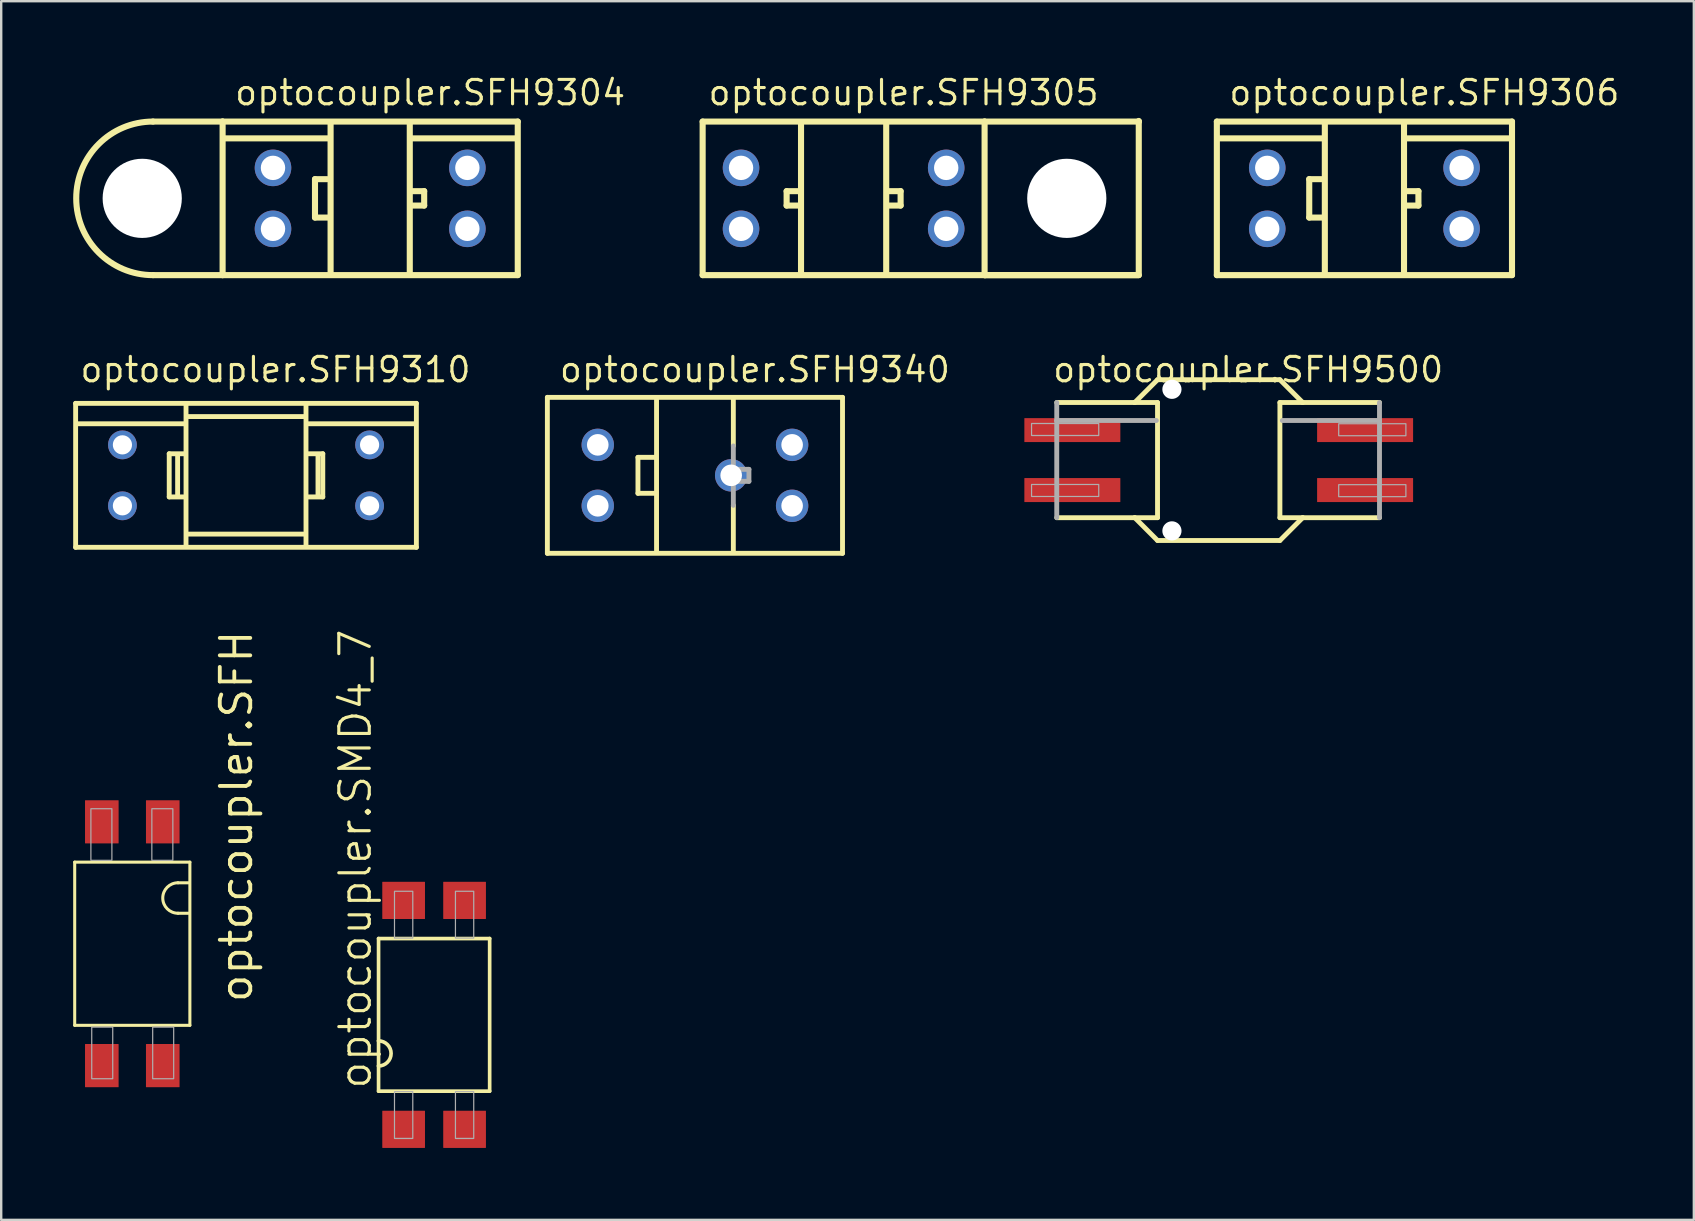
<source format=kicad_pcb>
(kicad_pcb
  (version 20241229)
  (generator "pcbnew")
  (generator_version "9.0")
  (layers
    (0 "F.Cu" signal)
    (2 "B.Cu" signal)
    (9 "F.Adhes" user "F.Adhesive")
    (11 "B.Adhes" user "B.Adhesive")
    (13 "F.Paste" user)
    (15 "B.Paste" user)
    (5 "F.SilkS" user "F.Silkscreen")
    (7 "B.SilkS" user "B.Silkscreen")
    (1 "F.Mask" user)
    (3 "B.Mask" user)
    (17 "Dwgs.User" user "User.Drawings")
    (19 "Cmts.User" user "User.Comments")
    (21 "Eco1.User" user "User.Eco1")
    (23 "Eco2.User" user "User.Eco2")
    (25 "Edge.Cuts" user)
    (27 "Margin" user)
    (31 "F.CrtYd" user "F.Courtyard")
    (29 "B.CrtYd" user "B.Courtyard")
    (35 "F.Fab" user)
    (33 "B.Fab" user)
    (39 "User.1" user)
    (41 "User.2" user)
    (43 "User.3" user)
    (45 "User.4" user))
  (footprint "optocoupler.SFH9310"
    (layer "F.Cu")
    (at 7.202 16.759)
    (property "Reference" "optocoupler.SFH9310" (at -6.985 -3.81 0) (layer "F.SilkS") (effects (font (size 1.016 1.016) (thickness 0.13)) (justify left bottom)))
    (attr through_hole)
    (fp_line (start -7.1 -3) (end 7.1 -3) (stroke (width 0.203) (type default)) (layer "F.SilkS"))
    (fp_line (start -7.1 3) (end -7.1 -3) (stroke (width 0.203) (type default)) (layer "F.SilkS"))
    (fp_line (start -7.05 -2.15) (end -2.55 -2.15) (stroke (width 0.203) (type default)) (layer "F.SilkS"))
    (fp_line (start -3.2 -0.9) (end -3.2 0.9) (stroke (width 0.203) (type default)) (layer "F.SilkS"))
    (fp_line (start -3.2 0.9) (end -2.6 0.9) (stroke (width 0.203) (type default)) (layer "F.SilkS"))
    (fp_line (start -2.85 -0.8) (end -2.85 0.8) (stroke (width 0.203) (type default)) (layer "F.SilkS"))
    (fp_line (start -2.6 -0.9) (end -3.2 -0.9) (stroke (width 0.203) (type default)) (layer "F.SilkS"))
    (fp_line (start -2.5 -2.95) (end -2.5 2.9) (stroke (width 0.203) (type default)) (layer "F.SilkS"))
    (fp_line (start -2.4 -2.45) (end 2.4 -2.45) (stroke (width 0.203) (type default)) (layer "F.SilkS"))
    (fp_line (start 2.4 2.45) (end -2.4 2.45) (stroke (width 0.203) (type default)) (layer "F.SilkS"))
    (fp_line (start 2.5 2.9) (end 2.5 -2.95) (stroke (width 0.203) (type default)) (layer "F.SilkS"))
    (fp_line (start 2.55 -2.15) (end 7 -2.15) (stroke (width 0.203) (type default)) (layer "F.SilkS"))
    (fp_line (start 2.6 0.9) (end 3.2 0.9) (stroke (width 0.203) (type default)) (layer "F.SilkS"))
    (fp_line (start 3 0.8) (end 3 -0.8) (stroke (width 0.203) (type default)) (layer "F.SilkS"))
    (fp_line (start 3.2 -0.9) (end 2.6 -0.9) (stroke (width 0.203) (type default)) (layer "F.SilkS"))
    (fp_line (start 3.2 0.9) (end 3.2 -0.9) (stroke (width 0.203) (type default)) (layer "F.SilkS"))
    (fp_line (start 7.1 -3) (end 7.1 3) (stroke (width 0.203) (type default)) (layer "F.SilkS"))
    (fp_line (start 7.1 3) (end -7.1 3) (stroke (width 0.203) (type default)) (layer "F.SilkS"))
    (pad "1" thru_hole circle (at -5.15 -1.27) (size 1.2 1.2) (drill 0.8) (layers "*.Cu" "*.Mask"))
    (pad "2" thru_hole circle (at -5.15 1.27) (size 1.2 1.2) (drill 0.8) (layers "*.Cu" "*.Mask"))
    (pad "3" thru_hole circle (at 5.15 -1.27) (size 1.2 1.2) (drill 0.8) (layers "*.Cu" "*.Mask"))
    (pad "4" thru_hole circle (at 5.15 1.27) (size 1.2 1.2) (drill 0.8) (layers "*.Cu" "*.Mask")))
  (footprint "optocoupler.SFH9306"
    (layer "F.Cu")
    (at 53.811 5.216)
    (property "Reference" "optocoupler.SFH9306" (at -5.715 -3.81 0) (layer "F.SilkS") (effects (font (size 1.016 1.016) (thickness 0.13)) (justify left bottom)))
    (attr through_hole)
    (fp_line (start -6.15 -3.2) (end -6.15 3.2) (stroke (width 0.254) (type default)) (layer "F.SilkS"))
    (fp_line (start -6.15 3.2) (end 6.15 3.2) (stroke (width 0.254) (type default)) (layer "F.SilkS"))
    (fp_line (start -6.05 -2.5) (end -1.75 -2.5) (stroke (width 0.254) (type default)) (layer "F.SilkS"))
    (fp_line (start -2.3 -0.8) (end -2.3 0.8) (stroke (width 0.254) (type default)) (layer "F.SilkS"))
    (fp_line (start -2.3 0.8) (end -1.75 0.8) (stroke (width 0.254) (type default)) (layer "F.SilkS"))
    (fp_line (start -1.8 -0.8) (end -2.3 -0.8) (stroke (width 0.254) (type default)) (layer "F.SilkS"))
    (fp_line (start -1.65 -3.1) (end -1.65 3.1) (stroke (width 0.254) (type default)) (layer "F.SilkS"))
    (fp_line (start 1.65 3.1) (end 1.65 -3.1) (stroke (width 0.254) (type default)) (layer "F.SilkS"))
    (fp_line (start 1.75 -2.5) (end 6.05 -2.5) (stroke (width 0.254) (type default)) (layer "F.SilkS"))
    (fp_line (start 1.75 -0.3) (end 2.25 -0.3) (stroke (width 0.254) (type default)) (layer "F.SilkS"))
    (fp_line (start 2.25 -0.3) (end 2.25 0.3) (stroke (width 0.254) (type default)) (layer "F.SilkS"))
    (fp_line (start 2.25 0.3) (end 1.75 0.3) (stroke (width 0.254) (type default)) (layer "F.SilkS"))
    (fp_line (start 6.15 -3.2) (end -6.15 -3.2) (stroke (width 0.254) (type default)) (layer "F.SilkS"))
    (fp_line (start 6.15 3.2) (end 6.15 -3.2) (stroke (width 0.254) (type default)) (layer "F.SilkS"))
    (pad "1" thru_hole circle (at -4.05 1.27) (size 1.524 1.524) (drill 1.016) (layers "*.Cu" "*.Mask"))
    (pad "2" thru_hole circle (at -4.05 -1.27) (size 1.524 1.524) (drill 1.016) (layers "*.Cu" "*.Mask"))
    (pad "3" thru_hole circle (at 4.05 -1.27) (size 1.524 1.524) (drill 1.016) (layers "*.Cu" "*.Mask"))
    (pad "4" thru_hole circle (at 4.05 1.27) (size 1.524 1.524) (drill 1.016) (layers "*.Cu" "*.Mask")))
  (footprint "optocoupler.SFH"
    (layer "F.Cu")
    (at 2.463 36.279)
    (property "Reference" "optocoupler.SFH" (at 5.08 2.54 90) (layer "F.SilkS") (effects (font (size 1.27 1.27) (thickness 0.16)) (justify left bottom)))
    (attr smd)
    (fp_line (start -2.4 -3.4) (end -2.4 3.4) (stroke (width 0.127) (type default)) (layer "F.SilkS"))
    (fp_line (start -2.4 3.4) (end 2.4 3.4) (stroke (width 0.127) (type default)) (layer "F.SilkS"))
    (fp_line (start 1.905 -2.54) (end 2.34 -2.54) (stroke (width 0.127) (type default)) (layer "F.SilkS"))
    (fp_line (start 1.905 -1.27) (end 2.34 -1.27) (stroke (width 0.127) (type default)) (layer "F.SilkS"))
    (fp_line (start 2.4 -3.4) (end -2.4 -3.4) (stroke (width 0.127) (type default)) (layer "F.SilkS"))
    (fp_line (start 2.4 3.4) (end 2.4 -3.4) (stroke (width 0.127) (type default)) (layer "F.SilkS"))
    (fp_arc (start 1.905 -1.27) (mid 1.27 -1.905) (end 1.905 -2.54) (stroke (width 0.127) (type default)) (layer "F.SilkS"))
    (fp_rect (start -1.725 -3.475) (end -0.85 -5.625) (stroke (width 0.05) (type default)) (fill no) (layer "F.Fab"))
    (fp_rect (start -1.69 5.625) (end -0.815 3.475) (stroke (width 0.05) (type default)) (fill no) (layer "F.Fab"))
    (fp_rect (start 0.815 -3.475) (end 1.69 -5.625) (stroke (width 0.05) (type default)) (fill no) (layer "F.Fab"))
    (fp_rect (start 0.85 5.625) (end 1.725 3.475) (stroke (width 0.05) (type default)) (fill no) (layer "F.Fab"))
    (pad "1" smd roundrect (at 1.27 -5.08) (size 1.4 1.8) (layers "F.Cu" "F.Mask" "F.Paste") (roundrect_rratio 0.01))
    (pad "2" smd roundrect (at -1.27 -5.08) (size 1.4 1.8) (layers "F.Cu" "F.Mask" "F.Paste") (roundrect_rratio 0.01))
    (pad "3" smd roundrect (at -1.27 5.08) (size 1.4 1.8) (layers "F.Cu" "F.Mask" "F.Paste") (roundrect_rratio 0.01))
    (pad "4" smd roundrect (at 1.27 5.08) (size 1.4 1.8) (layers "F.Cu" "F.Mask" "F.Paste") (roundrect_rratio 0.01)))
  (footprint "optocoupler.SFH9500"
    (layer "F.Cu")
    (at 47.739 16.124)
    (property "Reference" "optocoupler.SFH9500" (at -6.985 -3.175 0) (layer "F.SilkS") (effects (font (size 1.016 1.016) (thickness 0.13)) (justify left bottom)))
    (attr smd)
    (fp_line (start -6.75 -2.4) (end -3.5 -2.4) (stroke (width 0.203) (type default)) (layer "F.SilkS"))
    (fp_line (start -3.5 2.4) (end -6.75 2.4) (stroke (width 0.203) (type default)) (layer "F.SilkS"))
    (fp_line (start -3.5 2.4) (end -2.55 2.4) (stroke (width 0.203) (type default)) (layer "F.SilkS"))
    (fp_line (start -2.55 -3.35) (end -3.5 -2.4) (stroke (width 0.203) (type default)) (layer "F.SilkS"))
    (fp_line (start -2.55 -3.35) (end 2.55 -3.35) (stroke (width 0.203) (type default)) (layer "F.SilkS"))
    (fp_line (start -2.55 -2.4) (end -3.5 -2.4) (stroke (width 0.203) (type default)) (layer "F.SilkS"))
    (fp_line (start -2.55 2.4) (end -2.55 -2.4) (stroke (width 0.203) (type default)) (layer "F.SilkS"))
    (fp_line (start -2.55 3.35) (end -3.5 2.4) (stroke (width 0.203) (type default)) (layer "F.SilkS"))
    (fp_line (start -2.55 3.35) (end 2.55 3.35) (stroke (width 0.203) (type default)) (layer "F.SilkS"))
    (fp_line (start 2.55 -3.35) (end 3.5 -2.4) (stroke (width 0.203) (type default)) (layer "F.SilkS"))
    (fp_line (start 2.55 -2.4) (end 2.55 2.4) (stroke (width 0.203) (type default)) (layer "F.SilkS"))
    (fp_line (start 2.55 2.4) (end 3.5 2.4) (stroke (width 0.203) (type default)) (layer "F.SilkS"))
    (fp_line (start 2.55 3.35) (end 3.5 2.4) (stroke (width 0.203) (type default)) (layer "F.SilkS"))
    (fp_line (start 3.5 -2.4) (end 2.55 -2.4) (stroke (width 0.203) (type default)) (layer "F.SilkS"))
    (fp_line (start 3.5 -2.4) (end 6.7 -2.4) (stroke (width 0.203) (type default)) (layer "F.SilkS"))
    (fp_line (start 6.7 2.4) (end 3.5 2.4) (stroke (width 0.203) (type default)) (layer "F.SilkS"))
    (fp_line (start -6.75 -1.65) (end -6.75 -2.4) (stroke (width 0.203) (type default)) (layer "F.Fab"))
    (fp_line (start -6.75 -1.65) (end -2.6 -1.65) (stroke (width 0.203) (type default)) (layer "F.Fab"))
    (fp_line (start -6.75 2.4) (end -6.75 -1.65) (stroke (width 0.203) (type default)) (layer "F.Fab"))
    (fp_line (start 2.65 -1.65) (end 6.7 -1.65) (stroke (width 0.203) (type default)) (layer "F.Fab"))
    (fp_line (start 6.7 -2.4) (end 6.7 -1.65) (stroke (width 0.203) (type default)) (layer "F.Fab"))
    (fp_line (start 6.7 -1.65) (end 6.7 2.4) (stroke (width 0.203) (type default)) (layer "F.Fab"))
    (fp_rect (start -7.8 -1.025) (end -5 -1.525) (stroke (width 0.05) (type default)) (fill no) (layer "F.Fab"))
    (fp_rect (start -7.8 1.515) (end -5 1.015) (stroke (width 0.05) (type default)) (fill no) (layer "F.Fab"))
    (fp_rect (start 5 -1.015) (end 7.8 -1.515) (stroke (width 0.05) (type default)) (fill no) (layer "F.Fab"))
    (fp_rect (start 5 1.525) (end 7.8 1.025) (stroke (width 0.05) (type default)) (fill no) (layer "F.Fab"))
    (pad "" np_thru_hole circle (at -1.95 -2.95) (size 0.8 0.8) (drill 0.8) (layers "*.Cu" "*.Mask"))
    (pad "" np_thru_hole circle (at -1.95 2.95) (size 0.8 0.8) (drill 0.8) (layers "*.Cu" "*.Mask"))
    (pad "1" smd roundrect (at -6.1 -1.25) (size 4 1) (layers "F.Cu" "F.Mask" "F.Paste") (roundrect_rratio 0.01))
    (pad "2" smd roundrect (at -6.1 1.25) (size 4 1) (layers "F.Cu" "F.Mask" "F.Paste") (roundrect_rratio 0.01))
    (pad "3" smd roundrect (at 6.1 1.25) (size 4 1) (layers "F.Cu" "F.Mask" "F.Paste") (roundrect_rratio 0.01))
    (pad "4" smd roundrect (at 6.1 -1.25) (size 4 1) (layers "F.Cu" "F.Mask" "F.Paste") (roundrect_rratio 0.01)))
  (footprint "optocoupler.SFH9304"
    (layer "F.Cu")
    (at 12.377 5.216)
    (property "Reference" "optocoupler.SFH9304" (at -5.715 -3.81 0) (layer "F.SilkS") (effects (font (size 1.016 1.016) (thickness 0.13)) (justify left bottom)))
    (attr through_hole)
    (fp_line (start -9.05 -3.2) (end -6.15 -3.2) (stroke (width 0.254) (type default)) (layer "F.SilkS"))
    (fp_line (start -6.15 -3.2) (end -6.15 3.2) (stroke (width 0.254) (type default)) (layer "F.SilkS"))
    (fp_line (start -6.15 3.2) (end -9.05 3.2) (stroke (width 0.254) (type default)) (layer "F.SilkS"))
    (fp_line (start -6.15 3.2) (end 6.15 3.2) (stroke (width 0.254) (type default)) (layer "F.SilkS"))
    (fp_line (start -6.05 -2.5) (end -1.75 -2.5) (stroke (width 0.254) (type default)) (layer "F.SilkS"))
    (fp_line (start -2.3 -0.8) (end -2.3 0.8) (stroke (width 0.254) (type default)) (layer "F.SilkS"))
    (fp_line (start -2.3 0.8) (end -1.75 0.8) (stroke (width 0.254) (type default)) (layer "F.SilkS"))
    (fp_line (start -1.8 -0.8) (end -2.3 -0.8) (stroke (width 0.254) (type default)) (layer "F.SilkS"))
    (fp_line (start -1.65 -3.1) (end -1.65 3.1) (stroke (width 0.254) (type default)) (layer "F.SilkS"))
    (fp_line (start 1.65 3.1) (end 1.65 -3.1) (stroke (width 0.254) (type default)) (layer "F.SilkS"))
    (fp_line (start 1.75 -2.5) (end 6.05 -2.5) (stroke (width 0.254) (type default)) (layer "F.SilkS"))
    (fp_line (start 1.75 -0.3) (end 2.25 -0.3) (stroke (width 0.254) (type default)) (layer "F.SilkS"))
    (fp_line (start 2.25 -0.3) (end 2.25 0.3) (stroke (width 0.254) (type default)) (layer "F.SilkS"))
    (fp_line (start 2.25 0.3) (end 1.75 0.3) (stroke (width 0.254) (type default)) (layer "F.SilkS"))
    (fp_line (start 6.15 -3.2) (end -6.15 -3.2) (stroke (width 0.254) (type default)) (layer "F.SilkS"))
    (fp_line (start 6.15 3.2) (end 6.15 -3.2) (stroke (width 0.254) (type default)) (layer "F.SilkS"))
    (fp_arc (start -9.05 3.2) (mid -12.25 0) (end -9.05 -3.2) (stroke (width 0.254) (type default)) (layer "F.SilkS"))
    (pad "" np_thru_hole circle (at -9.5 0) (size 3.3 3.3) (drill 3.3) (layers "*.Cu" "*.Mask"))
    (pad "1" thru_hole circle (at -4.05 1.27) (size 1.524 1.524) (drill 1.016) (layers "*.Cu" "*.Mask"))
    (pad "2" thru_hole circle (at -4.05 -1.27) (size 1.524 1.524) (drill 1.016) (layers "*.Cu" "*.Mask"))
    (pad "3" thru_hole circle (at 4.05 -1.27) (size 1.524 1.524) (drill 1.016) (layers "*.Cu" "*.Mask"))
    (pad "4" thru_hole circle (at 4.05 1.27) (size 1.524 1.524) (drill 1.016) (layers "*.Cu" "*.Mask")))
  (footprint "optocoupler.SFH9305"
    (layer "F.Cu")
    (at 32.107 5.216)
    (property "Reference" "optocoupler.SFH9305" (at -5.715 -3.81 0) (layer "F.SilkS") (effects (font (size 1.016 1.016) (thickness 0.13)) (justify left bottom)))
    (attr through_hole)
    (fp_line (start -5.875 -3.2) (end -5.875 3.2) (stroke (width 0.254) (type default)) (layer "F.SilkS"))
    (fp_line (start -5.875 3.2) (end 5.875 3.2) (stroke (width 0.254) (type default)) (layer "F.SilkS"))
    (fp_line (start -2.375 -0.3) (end -1.875 -0.3) (stroke (width 0.254) (type default)) (layer "F.SilkS"))
    (fp_line (start -2.375 0.3) (end -2.375 -0.3) (stroke (width 0.254) (type default)) (layer "F.SilkS"))
    (fp_line (start -1.875 0.3) (end -2.375 0.3) (stroke (width 0.254) (type default)) (layer "F.SilkS"))
    (fp_line (start -1.775 -3.1) (end -1.775 3.1) (stroke (width 0.254) (type default)) (layer "F.SilkS"))
    (fp_line (start 1.775 3.1) (end 1.775 -3.1) (stroke (width 0.254) (type default)) (layer "F.SilkS"))
    (fp_line (start 1.875 -0.3) (end 2.375 -0.3) (stroke (width 0.254) (type default)) (layer "F.SilkS"))
    (fp_line (start 2.375 -0.3) (end 2.375 0.3) (stroke (width 0.254) (type default)) (layer "F.SilkS"))
    (fp_line (start 2.375 0.3) (end 1.875 0.3) (stroke (width 0.254) (type default)) (layer "F.SilkS"))
    (fp_line (start 5.875 -3.2) (end -5.875 -3.2) (stroke (width 0.254) (type default)) (layer "F.SilkS"))
    (fp_line (start 5.875 -3.2) (end 12.3 -3.2) (stroke (width 0.254) (type default)) (layer "F.SilkS"))
    (fp_line (start 5.875 3.2) (end 5.875 -3.2) (stroke (width 0.254) (type default)) (layer "F.SilkS"))
    (fp_line (start 5.9 3.2) (end 5.875 3.2) (stroke (width 0.254) (type default)) (layer "F.SilkS"))
    (fp_line (start 12.275 3.2) (end 5.9 3.2) (stroke (width 0.254) (type default)) (layer "F.SilkS"))
    (fp_line (start 12.3 -3.2) (end 12.3 -3.225) (stroke (width 0.254) (type default)) (layer "F.SilkS"))
    (fp_line (start 12.3 3.2) (end 5.9 3.2) (stroke (width 0.254) (type default)) (layer "F.SilkS"))
    (fp_line (start 12.3 3.2) (end 12.3 -3.2) (stroke (width 0.254) (type default)) (layer "F.SilkS"))
    (pad "" np_thru_hole circle (at 9.3 0) (size 3.3 3.3) (drill 3.3) (layers "*.Cu" "*.Mask"))
    (pad "1" thru_hole circle (at -4.275 -1.27) (size 1.524 1.524) (drill 1.016) (layers "*.Cu" "*.Mask"))
    (pad "2" thru_hole circle (at -4.275 1.27) (size 1.524 1.524) (drill 1.016) (layers "*.Cu" "*.Mask"))
    (pad "3" thru_hole circle (at 4.275 1.27) (size 1.524 1.524) (drill 1.016) (layers "*.Cu" "*.Mask"))
    (pad "4" thru_hole circle (at 4.275 -1.27) (size 1.524 1.524) (drill 1.016) (layers "*.Cu" "*.Mask")))
  (footprint "optocoupler.SMD4_7"
    (layer "F.Cu")
    (at 15.041 39.243)
    (property "Reference" "optocoupler.SMD4_7" (at -2.54 3.175 90) (layer "F.SilkS") (effects (font (size 1.27 1.27) (thickness 0.13)) (justify left bottom)))
    (attr smd)
    (fp_line (start -2.315 -3.18) (end 2.315 -3.18) (stroke (width 0.152) (type default)) (layer "F.SilkS"))
    (fp_line (start -2.315 1.085) (end -2.315 -3.18) (stroke (width 0.152) (type default)) (layer "F.SilkS"))
    (fp_line (start -2.315 2.13) (end -2.315 1.085) (stroke (width 0.152) (type default)) (layer "F.SilkS"))
    (fp_line (start -2.315 3.18) (end -2.315 2.13) (stroke (width 0.152) (type default)) (layer "F.SilkS"))
    (fp_line (start 2.315 -3.18) (end 2.315 3.18) (stroke (width 0.152) (type default)) (layer "F.SilkS"))
    (fp_line (start 2.315 3.18) (end -2.315 3.18) (stroke (width 0.152) (type default)) (layer "F.SilkS"))
    (fp_arc (start -2.315 1.085) (mid -1.7925 1.6075) (end -2.315 2.13) (stroke (width 0.1524) (type default)) (layer "F.SilkS"))
    (fp_rect (start -1.651 -3.2) (end -0.889 -5.15) (stroke (width 0.05) (type default)) (fill no) (layer "F.Fab"))
    (fp_rect (start -1.651 5.15) (end -0.889 3.2) (stroke (width 0.05) (type default)) (fill no) (layer "F.Fab"))
    (fp_rect (start 0.889 -3.2) (end 1.651 -5.15) (stroke (width 0.05) (type default)) (fill no) (layer "F.Fab"))
    (fp_rect (start 0.889 5.15) (end 1.651 3.2) (stroke (width 0.05) (type default)) (fill no) (layer "F.Fab"))
    (pad "1" smd roundrect (at -1.27 4.77) (size 1.78 1.55) (layers "F.Cu" "F.Mask" "F.Paste") (roundrect_rratio 0.01))
    (pad "2" smd roundrect (at 1.27 4.77) (size 1.78 1.55) (layers "F.Cu" "F.Mask" "F.Paste") (roundrect_rratio 0.01))
    (pad "3" smd roundrect (at 1.27 -4.77 180) (size 1.78 1.55) (layers "F.Cu" "F.Mask" "F.Paste") (roundrect_rratio 0.01))
    (pad "4" smd roundrect (at -1.27 -4.77 180) (size 1.78 1.55) (layers "F.Cu" "F.Mask" "F.Paste") (roundrect_rratio 0.01)))
  (footprint "optocoupler.SFH9340"
    (layer "F.Cu")
    (at 25.911 16.759)
    (property "Reference" "optocoupler.SFH9340" (at -5.715 -3.81 0) (layer "F.SilkS") (effects (font (size 1.016 1.016) (thickness 0.13)) (justify left bottom)))
    (attr through_hole)
    (fp_line (start -6.15 -3.25) (end 6.15 -3.25) (stroke (width 0.203) (type default)) (layer "F.SilkS"))
    (fp_line (start -6.15 3.25) (end -6.15 -3.25) (stroke (width 0.203) (type default)) (layer "F.SilkS"))
    (fp_line (start -2.375 -0.75) (end -2.375 0.75) (stroke (width 0.203) (type default)) (layer "F.SilkS"))
    (fp_line (start -2.375 0.75) (end -1.625 0.75) (stroke (width 0.203) (type default)) (layer "F.SilkS"))
    (fp_line (start -1.625 -0.75) (end -2.375 -0.75) (stroke (width 0.203) (type default)) (layer "F.SilkS"))
    (fp_line (start -1.6 -3.15) (end -1.6 3.15) (stroke (width 0.203) (type default)) (layer "F.SilkS"))
    (fp_line (start 1.6 -1.225) (end 1.6 -3.15) (stroke (width 0.203) (type default)) (layer "F.SilkS"))
    (fp_line (start 1.6 3.15) (end 1.6 1.25) (stroke (width 0.203) (type default)) (layer "F.SilkS"))
    (fp_line (start 6.15 -3.25) (end 6.15 3.25) (stroke (width 0.203) (type default)) (layer "F.SilkS"))
    (fp_line (start 6.15 3.25) (end -6.15 3.25) (stroke (width 0.203) (type default)) (layer "F.SilkS"))
    (fp_line (start 1.6 1.25) (end 1.6 -1.225) (stroke (width 0.203) (type default)) (layer "F.Fab"))
    (fp_line (start 1.625 -0.25) (end 2.25 -0.25) (stroke (width 0.203) (type default)) (layer "F.Fab"))
    (fp_line (start 2.25 -0.25) (end 2.25 0.25) (stroke (width 0.203) (type default)) (layer "F.Fab"))
    (fp_line (start 2.25 0.25) (end 1.625 0.25) (stroke (width 0.203) (type default)) (layer "F.Fab"))
    (pad "1" thru_hole circle (at -4.05 -1.27) (size 1.35 1.35) (drill 0.9) (layers "*.Cu" "*.Mask"))
    (pad "2" thru_hole circle (at -4.05 1.27) (size 1.35 1.35) (drill 0.9) (layers "*.Cu" "*.Mask"))
    (pad "3" thru_hole circle (at 4.05 1.27) (size 1.35 1.35) (drill 0.9) (layers "*.Cu" "*.Mask"))
    (pad "4" thru_hole circle (at 1.51 0) (size 1.35 1.35) (drill 0.9) (layers "*.Cu" "*.Mask"))
    (pad "5" thru_hole circle (at 4.05 -1.27) (size 1.35 1.35) (drill 0.9) (layers "*.Cu" "*.Mask")))
  (gr_rect
    (start -3 -3)
    (end 67.539 47.788)
    (stroke (width 0.1) (type default))
    (fill no)
    (layer "Edge.Cuts")))
</source>
